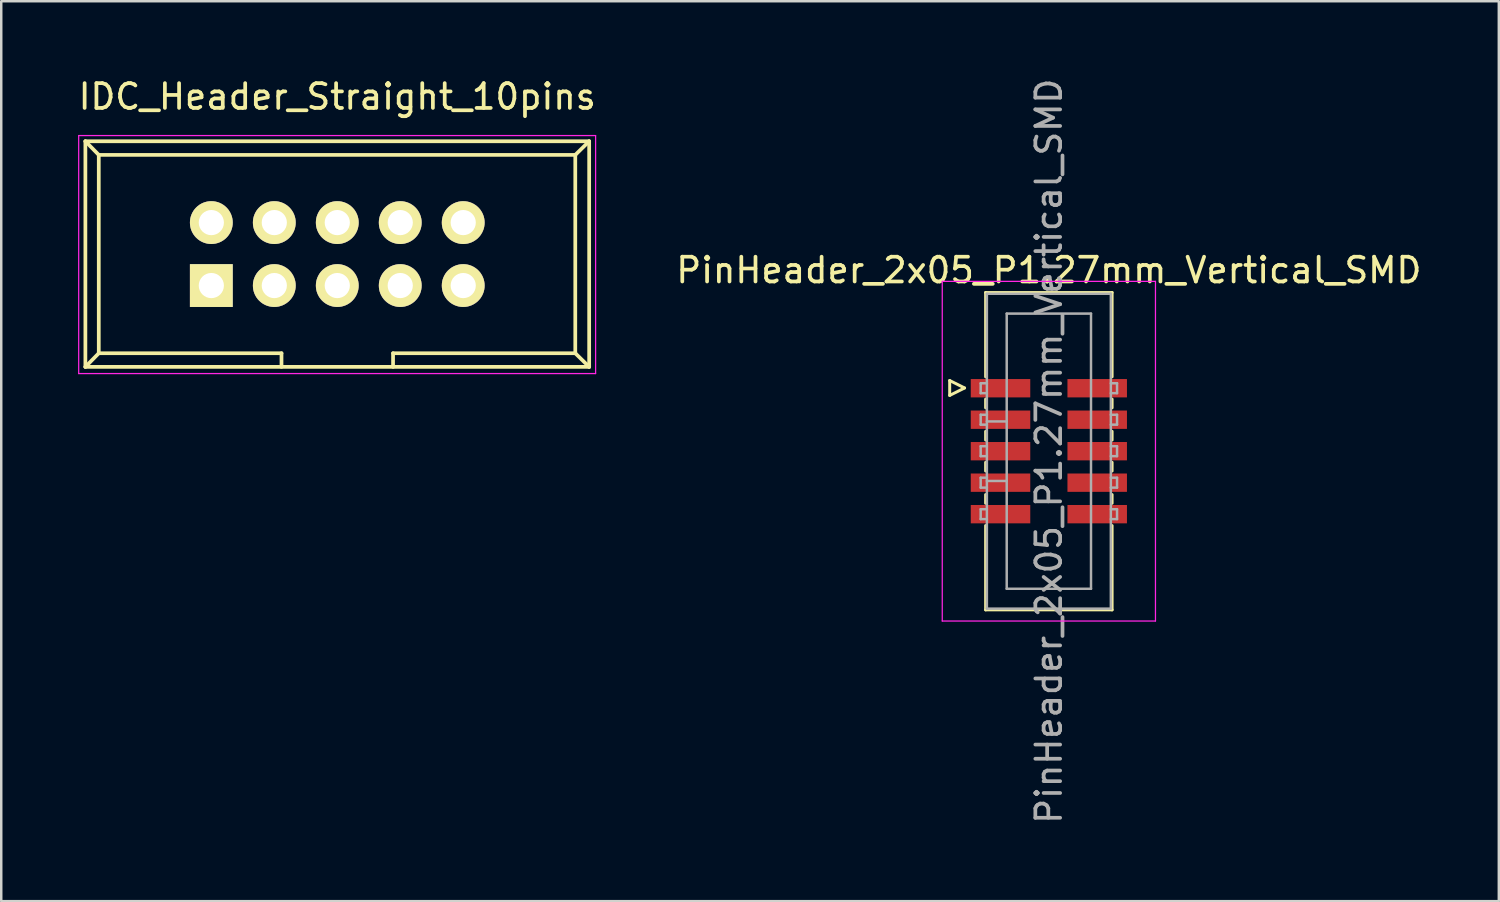
<source format=kicad_pcb>
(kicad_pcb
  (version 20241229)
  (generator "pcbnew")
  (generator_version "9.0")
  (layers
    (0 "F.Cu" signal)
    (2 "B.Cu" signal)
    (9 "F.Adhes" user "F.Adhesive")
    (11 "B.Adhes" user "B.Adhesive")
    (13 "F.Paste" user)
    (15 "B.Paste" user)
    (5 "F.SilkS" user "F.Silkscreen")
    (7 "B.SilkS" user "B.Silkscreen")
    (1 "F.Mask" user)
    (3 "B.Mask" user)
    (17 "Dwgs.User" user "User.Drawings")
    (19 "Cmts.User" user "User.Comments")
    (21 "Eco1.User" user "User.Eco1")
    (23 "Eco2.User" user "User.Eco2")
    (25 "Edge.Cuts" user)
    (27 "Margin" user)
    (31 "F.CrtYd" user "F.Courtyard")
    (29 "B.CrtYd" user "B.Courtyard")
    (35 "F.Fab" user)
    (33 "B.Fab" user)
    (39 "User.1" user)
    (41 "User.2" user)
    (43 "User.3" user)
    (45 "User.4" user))
  (footprint "PinHeader_2x05_P1.27mm_Vertical_SMD"
    (layer "F.Cu")
    (at 39.256 15.149)
    (property "Reference" "PinHeader_2x05_P1.27mm_Vertical_SMD" (at 0 -7.3 0) (layer "F.SilkS") (effects (font (size 1 1) (thickness 0.15))))
    (attr smd)
    (fp_line (start -4 -2.25) (end -4 -2.85) (stroke (width 0.12) (type default)) (layer "F.SilkS"))
    (fp_line (start -3.4 -2.55) (end -4 -2.85) (stroke (width 0.12) (type default)) (layer "F.SilkS"))
    (fp_line (start -3.4 -2.55) (end -4 -2.25) (stroke (width 0.12) (type default)) (layer "F.SilkS"))
    (fp_line (start -2.55 -6.4) (end 2.55 -6.4) (stroke (width 0.12) (type solid)) (layer "F.SilkS"))
    (fp_line (start -2.55 -3) (end -2.55 -6.4) (stroke (width 0.12) (type solid)) (layer "F.SilkS"))
    (fp_line (start -2.55 -2.1) (end -2.55 -1.75) (stroke (width 0.12) (type solid)) (layer "F.SilkS"))
    (fp_line (start -2.55 -0.8) (end -2.55 -0.45) (stroke (width 0.12) (type solid)) (layer "F.SilkS"))
    (fp_line (start -2.55 0.45) (end -2.55 0.8) (stroke (width 0.12) (type solid)) (layer "F.SilkS"))
    (fp_line (start -2.55 1.75) (end -2.55 2.1) (stroke (width 0.12) (type solid)) (layer "F.SilkS"))
    (fp_line (start -2.55 3) (end -2.55 6.4) (stroke (width 0.12) (type solid)) (layer "F.SilkS"))
    (fp_line (start -2.55 6.4) (end 2.55 6.4) (stroke (width 0.12) (type solid)) (layer "F.SilkS"))
    (fp_line (start 2.55 -3) (end 2.55 -6.4) (stroke (width 0.12) (type solid)) (layer "F.SilkS"))
    (fp_line (start 2.55 -2.1) (end 2.55 -1.75) (stroke (width 0.12) (type solid)) (layer "F.SilkS"))
    (fp_line (start 2.55 -0.8) (end 2.55 -0.45) (stroke (width 0.12) (type solid)) (layer "F.SilkS"))
    (fp_line (start 2.55 0.45) (end 2.55 0.8) (stroke (width 0.12) (type solid)) (layer "F.SilkS"))
    (fp_line (start 2.55 1.75) (end 2.55 2.1) (stroke (width 0.12) (type solid)) (layer "F.SilkS"))
    (fp_line (start 2.55 3) (end 2.55 6.4) (stroke (width 0.12) (type solid)) (layer "F.SilkS"))
    (fp_line (start -4.3 -6.85) (end -4.3 6.85) (stroke (width 0.05) (type solid)) (layer "F.CrtYd"))
    (fp_line (start -4.3 6.85) (end 4.3 6.85) (stroke (width 0.05) (type solid)) (layer "F.CrtYd"))
    (fp_line (start 4.3 -6.85) (end -4.3 -6.85) (stroke (width 0.05) (type solid)) (layer "F.CrtYd"))
    (fp_line (start 4.3 6.85) (end 4.3 -6.85) (stroke (width 0.05) (type solid)) (layer "F.CrtYd"))
    (fp_line (start -2.75 -2.74) (end -2.75 -2.34) (stroke (width 0.1) (type solid)) (layer "F.Fab"))
    (fp_line (start -2.75 -2.34) (end -2.5 -2.34) (stroke (width 0.1) (type solid)) (layer "F.Fab"))
    (fp_line (start -2.75 -1.47) (end -2.75 -1.07) (stroke (width 0.1) (type solid)) (layer "F.Fab"))
    (fp_line (start -2.75 -1.07) (end -2.5 -1.07) (stroke (width 0.1) (type solid)) (layer "F.Fab"))
    (fp_line (start -2.75 -0.2) (end -2.75 0.2) (stroke (width 0.1) (type solid)) (layer "F.Fab"))
    (fp_line (start -2.75 0.2) (end -2.5 0.2) (stroke (width 0.1) (type solid)) (layer "F.Fab"))
    (fp_line (start -2.75 1.07) (end -2.75 1.47) (stroke (width 0.1) (type solid)) (layer "F.Fab"))
    (fp_line (start -2.75 1.47) (end -2.5 1.47) (stroke (width 0.1) (type solid)) (layer "F.Fab"))
    (fp_line (start -2.75 2.34) (end -2.75 2.74) (stroke (width 0.1) (type solid)) (layer "F.Fab"))
    (fp_line (start -2.75 2.74) (end -2.5 2.74) (stroke (width 0.1) (type solid)) (layer "F.Fab"))
    (fp_line (start -2.5 -6.35) (end -2.5 6.35) (stroke (width 0.1) (type solid)) (layer "F.Fab"))
    (fp_line (start -2.5 -2.74) (end -2.75 -2.74) (stroke (width 0.1) (type solid)) (layer "F.Fab"))
    (fp_line (start -2.5 -1.47) (end -2.745 -1.47) (stroke (width 0.1) (type solid)) (layer "F.Fab"))
    (fp_line (start -2.5 -0.2) (end -2.75 -0.2) (stroke (width 0.1) (type solid)) (layer "F.Fab"))
    (fp_line (start -2.5 1.07) (end -2.75 1.07) (stroke (width 0.1) (type solid)) (layer "F.Fab"))
    (fp_line (start -2.5 2.34) (end -2.75 2.34) (stroke (width 0.1) (type solid)) (layer "F.Fab"))
    (fp_line (start -1.7 -5.55) (end -1.7 5.55) (stroke (width 0.1) (type solid)) (layer "F.Fab"))
    (fp_line (start -1.7 -1.2) (end -2.5 -1.2) (stroke (width 0.1) (type solid)) (layer "F.Fab"))
    (fp_line (start -1.7 1.2) (end -2.5 1.2) (stroke (width 0.1) (type solid)) (layer "F.Fab"))
    (fp_line (start 1.7 -5.55) (end -1.7 -5.55) (stroke (width 0.1) (type solid)) (layer "F.Fab"))
    (fp_line (start 1.7 -5.55) (end 1.7 5.55) (stroke (width 0.1) (type solid)) (layer "F.Fab"))
    (fp_line (start 1.7 5.55) (end -1.7 5.55) (stroke (width 0.1) (type solid)) (layer "F.Fab"))
    (fp_line (start 2.5 -6.35) (end -2.5 -6.35) (stroke (width 0.1) (type solid)) (layer "F.Fab"))
    (fp_line (start 2.5 -6.35) (end 2.5 6.35) (stroke (width 0.1) (type solid)) (layer "F.Fab"))
    (fp_line (start 2.5 -2.74) (end 2.75 -2.74) (stroke (width 0.1) (type solid)) (layer "F.Fab"))
    (fp_line (start 2.5 -1.47) (end 2.75 -1.47) (stroke (width 0.1) (type solid)) (layer "F.Fab"))
    (fp_line (start 2.5 -0.2) (end 2.75 -0.2) (stroke (width 0.1) (type solid)) (layer "F.Fab"))
    (fp_line (start 2.5 1.07) (end 2.75 1.07) (stroke (width 0.1) (type solid)) (layer "F.Fab"))
    (fp_line (start 2.5 2.34) (end 2.75 2.34) (stroke (width 0.1) (type solid)) (layer "F.Fab"))
    (fp_line (start 2.5 6.35) (end -2.5 6.35) (stroke (width 0.1) (type solid)) (layer "F.Fab"))
    (fp_line (start 2.75 -2.74) (end 2.75 -2.34) (stroke (width 0.1) (type solid)) (layer "F.Fab"))
    (fp_line (start 2.75 -2.34) (end 2.5 -2.34) (stroke (width 0.1) (type solid)) (layer "F.Fab"))
    (fp_line (start 2.75 -1.47) (end 2.75 -1.07) (stroke (width 0.1) (type solid)) (layer "F.Fab"))
    (fp_line (start 2.75 -1.07) (end 2.5 -1.07) (stroke (width 0.1) (type solid)) (layer "F.Fab"))
    (fp_line (start 2.75 -0.2) (end 2.75 0.2) (stroke (width 0.1) (type solid)) (layer "F.Fab"))
    (fp_line (start 2.75 0.2) (end 2.5 0.2) (stroke (width 0.1) (type solid)) (layer "F.Fab"))
    (fp_line (start 2.75 1.07) (end 2.75 1.47) (stroke (width 0.1) (type solid)) (layer "F.Fab"))
    (fp_line (start 2.75 1.47) (end 2.5 1.47) (stroke (width 0.1) (type solid)) (layer "F.Fab"))
    (fp_line (start 2.75 2.34) (end 2.75 2.74) (stroke (width 0.1) (type solid)) (layer "F.Fab"))
    (fp_line (start 2.75 2.74) (end 2.5 2.74) (stroke (width 0.1) (type solid)) (layer "F.Fab"))
    (fp_text user "${REFERENCE}" (at 0 0 90) (layer "F.Fab") (effects (font (size 1 1) (thickness 0.15))))
    (pad "1" smd rect (at -1.95 -2.54) (size 2.4 0.74) (layers "F.Cu" "F.Mask" "F.Paste"))
    (pad "2" smd rect (at 1.95 -2.54) (size 2.4 0.74) (layers "F.Cu" "F.Mask" "F.Paste"))
    (pad "3" smd rect (at -1.95 -1.27) (size 2.4 0.74) (layers "F.Cu" "F.Mask" "F.Paste"))
    (pad "4" smd rect (at 1.95 -1.27) (size 2.4 0.74) (layers "F.Cu" "F.Mask" "F.Paste"))
    (pad "5" smd rect (at -1.95 0) (size 2.4 0.74) (layers "F.Cu" "F.Mask" "F.Paste"))
    (pad "6" smd rect (at 1.95 0) (size 2.4 0.74) (layers "F.Cu" "F.Mask" "F.Paste"))
    (pad "7" smd rect (at -1.95 1.27) (size 2.4 0.74) (layers "F.Cu" "F.Mask" "F.Paste"))
    (pad "8" smd rect (at 1.95 1.27) (size 2.4 0.74) (layers "F.Cu" "F.Mask" "F.Paste"))
    (pad "9" smd rect (at -1.95 2.54) (size 2.4 0.74) (layers "F.Cu" "F.Mask" "F.Paste"))
    (pad "10" smd rect (at 1.95 2.54) (size 2.4 0.74) (layers "F.Cu" "F.Mask" "F.Paste")))
  (footprint "IDC_Header_Straight_10pins"
    (layer "F.Cu")
    (at 5.474 8.468)
    (property "Reference" "IDC_Header_Straight_10pins" (at 5.08 -7.62 0) (layer "F.SilkS") (effects (font (size 1 1) (thickness 0.15))))
    (attr through_hole)
    (fp_line (start -5.08 -5.82) (end -5.08 3.28) (stroke (width 0.15) (type solid)) (layer "F.SilkS"))
    (fp_line (start -5.08 -5.82) (end -4.54 -5.27) (stroke (width 0.15) (type solid)) (layer "F.SilkS"))
    (fp_line (start -5.08 -5.82) (end 15.24 -5.82) (stroke (width 0.15) (type solid)) (layer "F.SilkS"))
    (fp_line (start -5.08 3.28) (end -4.54 2.73) (stroke (width 0.15) (type solid)) (layer "F.SilkS"))
    (fp_line (start -5.08 3.28) (end 15.24 3.28) (stroke (width 0.15) (type solid)) (layer "F.SilkS"))
    (fp_line (start -4.54 -5.27) (end -4.54 2.73) (stroke (width 0.15) (type solid)) (layer "F.SilkS"))
    (fp_line (start -4.54 -5.27) (end 14.68 -5.27) (stroke (width 0.15) (type solid)) (layer "F.SilkS"))
    (fp_line (start -4.54 2.73) (end 2.83 2.73) (stroke (width 0.15) (type solid)) (layer "F.SilkS"))
    (fp_line (start 2.83 2.73) (end 2.83 3.28) (stroke (width 0.15) (type solid)) (layer "F.SilkS"))
    (fp_line (start 7.33 2.73) (end 7.33 3.28) (stroke (width 0.15) (type solid)) (layer "F.SilkS"))
    (fp_line (start 7.33 2.73) (end 14.68 2.73) (stroke (width 0.15) (type solid)) (layer "F.SilkS"))
    (fp_line (start 14.68 -5.27) (end 14.68 2.73) (stroke (width 0.15) (type solid)) (layer "F.SilkS"))
    (fp_line (start 15.24 -5.82) (end 14.68 -5.27) (stroke (width 0.15) (type solid)) (layer "F.SilkS"))
    (fp_line (start 15.24 -5.82) (end 15.24 3.28) (stroke (width 0.15) (type solid)) (layer "F.SilkS"))
    (fp_line (start 15.24 3.28) (end 14.68 2.73) (stroke (width 0.15) (type solid)) (layer "F.SilkS"))
    (fp_line (start -5.35 -6.05) (end 15.5 -6.05) (stroke (width 0.05) (type solid)) (layer "F.CrtYd"))
    (fp_line (start -5.35 3.55) (end -5.35 -6.05) (stroke (width 0.05) (type solid)) (layer "F.CrtYd"))
    (fp_line (start 15.5 -6.05) (end 15.5 3.55) (stroke (width 0.05) (type solid)) (layer "F.CrtYd"))
    (fp_line (start 15.5 3.55) (end -5.35 3.55) (stroke (width 0.05) (type solid)) (layer "F.CrtYd"))
    (pad "1" thru_hole rect (at 0 0) (size 1.727 1.727) (drill 1.016) (layers "*.Cu" "*.Mask" "F.SilkS"))
    (pad "2" thru_hole oval (at 0 -2.54) (size 1.727 1.727) (drill 1.016) (layers "*.Cu" "*.Mask" "F.SilkS"))
    (pad "3" thru_hole oval (at 2.54 0) (size 1.727 1.727) (drill 1.016) (layers "*.Cu" "*.Mask" "F.SilkS"))
    (pad "4" thru_hole oval (at 2.54 -2.54) (size 1.727 1.727) (drill 1.016) (layers "*.Cu" "*.Mask" "F.SilkS"))
    (pad "5" thru_hole oval (at 5.08 0) (size 1.727 1.727) (drill 1.016) (layers "*.Cu" "*.Mask" "F.SilkS"))
    (pad "6" thru_hole oval (at 5.08 -2.54) (size 1.727 1.727) (drill 1.016) (layers "*.Cu" "*.Mask" "F.SilkS"))
    (pad "7" thru_hole oval (at 7.62 0) (size 1.727 1.727) (drill 1.016) (layers "*.Cu" "*.Mask" "F.SilkS"))
    (pad "8" thru_hole oval (at 7.62 -2.54) (size 1.727 1.727) (drill 1.016) (layers "*.Cu" "*.Mask" "F.SilkS"))
    (pad "9" thru_hole oval (at 10.16 0) (size 1.727 1.727) (drill 1.016) (layers "*.Cu" "*.Mask" "F.SilkS"))
    (pad "10" thru_hole oval (at 10.16 -2.54) (size 1.727 1.727) (drill 1.016) (layers "*.Cu" "*.Mask" "F.SilkS")))
  (gr_rect
    (start -3 -3)
    (end 57.405 33.298)
    (stroke (width 0.1) (type default))
    (fill no)
    (layer "Edge.Cuts")))
</source>
